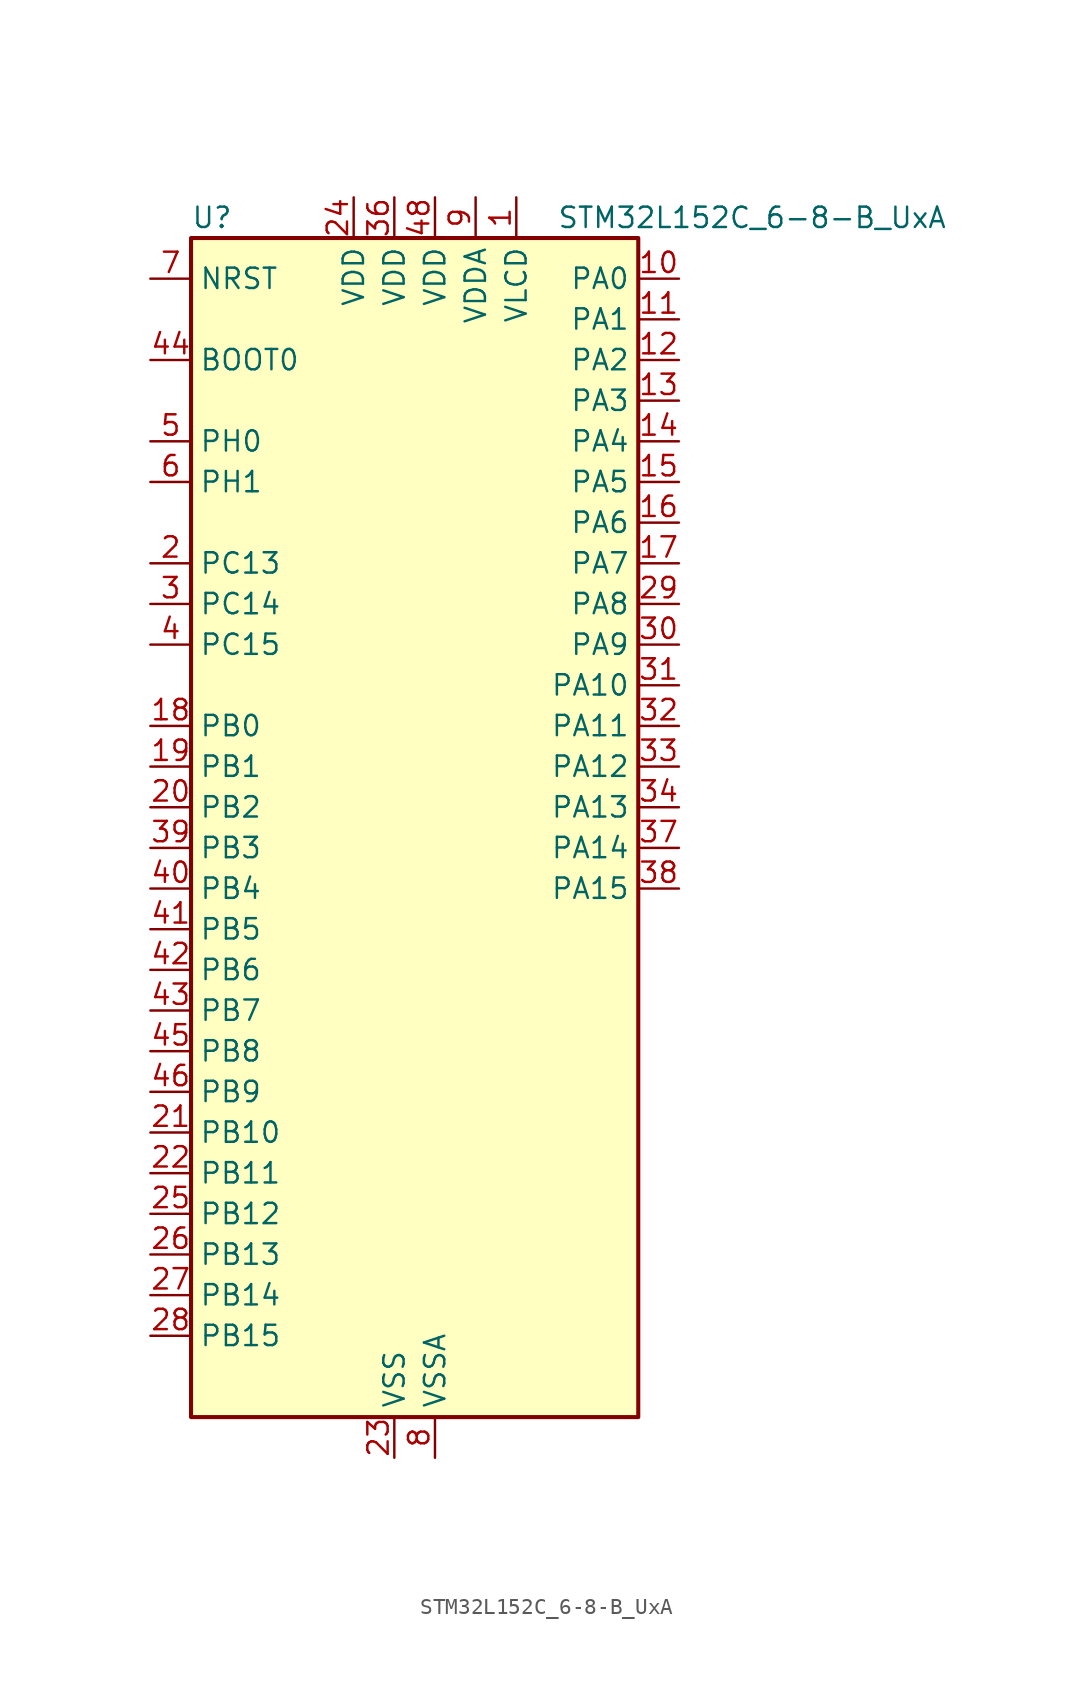
<source format=kicad_sym>
(kicad_symbol_lib
  (version 20231120)
  (generator "kicad-library-utils")
  (generator_version "8.0")
  (symbol "STM32L152C_6-8-B_UxA"
    (property "Reference" "U"
      (at -12.7 39.37 0)
      (effects (font (size 1.27 1.27)) (justify left)))
    (property "Value" "STM32L152C_6-8-B_UxA"
      (at 10.16 39.37 0)
      (effects (font (size 1.27 1.27)) (justify left)))
    (symbol "STM32L152C_6-8-B_UxA_0_1"
      (rectangle (start -12.7 -35.56) (end 15.24 38.1) (stroke (width 0.254) (type default)) (fill (type background))))
    (symbol "STM32L152C_6-8-B_UxA_1_1"
      (pin power_in line (at 7.62 40.64 270) (length 2.54) (name "VLCD" (effects (font (size 1.27 1.27)))) (number "1" (effects (font (size 1.27 1.27)))))
      (pin bidirectional line (at 17.78 35.56 180) (length 2.54) (name "PA0" (effects (font (size 1.27 1.27)))) (number "10" (effects (font (size 1.27 1.27)))) (alternate "ADC_IN0" bidirectional line) (alternate "COMP1_INP" bidirectional line) (alternate "RTC_TAMP2" bidirectional line) (alternate "SYS_WKUP1" bidirectional line) (alternate "TIM2_CH1" bidirectional line) (alternate "TIM2_ETR" bidirectional line) (alternate "TIMX_IC1" bidirectional line) (alternate "TS_G1_IO1" bidirectional line) (alternate "USART2_CTS" bidirectional line))
      (pin bidirectional line (at 17.78 33.02 180) (length 2.54) (name "PA1" (effects (font (size 1.27 1.27)))) (number "11" (effects (font (size 1.27 1.27)))) (alternate "ADC_IN1" bidirectional line) (alternate "COMP1_INP" bidirectional line) (alternate "LCD_SEG0" bidirectional line) (alternate "TIM2_CH2" bidirectional line) (alternate "TIMX_IC2" bidirectional line) (alternate "TS_G1_IO2" bidirectional line) (alternate "USART2_RTS" bidirectional line))
      (pin bidirectional line (at 17.78 30.48 180) (length 2.54) (name "PA2" (effects (font (size 1.27 1.27)))) (number "12" (effects (font (size 1.27 1.27)))) (alternate "ADC_IN2" bidirectional line) (alternate "COMP1_INP" bidirectional line) (alternate "LCD_SEG1" bidirectional line) (alternate "TIM2_CH3" bidirectional line) (alternate "TIM9_CH1" bidirectional line) (alternate "TIMX_IC3" bidirectional line) (alternate "TS_G1_IO3" bidirectional line) (alternate "USART2_TX" bidirectional line))
      (pin bidirectional line (at 17.78 27.94 180) (length 2.54) (name "PA3" (effects (font (size 1.27 1.27)))) (number "13" (effects (font (size 1.27 1.27)))) (alternate "ADC_IN3" bidirectional line) (alternate "COMP1_INP" bidirectional line) (alternate "LCD_SEG2" bidirectional line) (alternate "TIM2_CH4" bidirectional line) (alternate "TIM9_CH2" bidirectional line) (alternate "TIMX_IC4" bidirectional line) (alternate "TS_G1_IO4" bidirectional line) (alternate "USART2_RX" bidirectional line))
      (pin bidirectional line (at 17.78 25.4 180) (length 2.54) (name "PA4" (effects (font (size 1.27 1.27)))) (number "14" (effects (font (size 1.27 1.27)))) (alternate "ADC_IN4" bidirectional line) (alternate "COMP1_INP" bidirectional line) (alternate "DAC_OUT1" bidirectional line) (alternate "SPI1_NSS" bidirectional line) (alternate "TIMX_IC1" bidirectional line) (alternate "USART2_CK" bidirectional line))
      (pin bidirectional line (at 17.78 22.86 180) (length 2.54) (name "PA5" (effects (font (size 1.27 1.27)))) (number "15" (effects (font (size 1.27 1.27)))) (alternate "ADC_IN5" bidirectional line) (alternate "COMP1_INP" bidirectional line) (alternate "DAC_OUT2" bidirectional line) (alternate "SPI1_SCK" bidirectional line) (alternate "TIM2_CH1" bidirectional line) (alternate "TIM2_ETR" bidirectional line) (alternate "TIMX_IC2" bidirectional line))
      (pin bidirectional line (at 17.78 20.32 180) (length 2.54) (name "PA6" (effects (font (size 1.27 1.27)))) (number "16" (effects (font (size 1.27 1.27)))) (alternate "ADC_IN6" bidirectional line) (alternate "COMP1_INP" bidirectional line) (alternate "LCD_SEG3" bidirectional line) (alternate "SPI1_MISO" bidirectional line) (alternate "TIM10_CH1" bidirectional line) (alternate "TIM3_CH1" bidirectional line) (alternate "TIMX_IC3" bidirectional line) (alternate "TS_G2_IO1" bidirectional line))
      (pin bidirectional line (at 17.78 17.78 180) (length 2.54) (name "PA7" (effects (font (size 1.27 1.27)))) (number "17" (effects (font (size 1.27 1.27)))) (alternate "ADC_IN7" bidirectional line) (alternate "COMP1_INP" bidirectional line) (alternate "LCD_SEG4" bidirectional line) (alternate "SPI1_MOSI" bidirectional line) (alternate "TIM11_CH1" bidirectional line) (alternate "TIM3_CH2" bidirectional line) (alternate "TIMX_IC4" bidirectional line) (alternate "TS_G2_IO2" bidirectional line))
      (pin bidirectional line (at -15.24 7.62 0) (length 2.54) (name "PB0" (effects (font (size 1.27 1.27)))) (number "18" (effects (font (size 1.27 1.27)))) (alternate "ADC_IN8" bidirectional line) (alternate "COMP1_INP" bidirectional line) (alternate "LCD_SEG5" bidirectional line) (alternate "SYS_V_REF_OUT" bidirectional line) (alternate "TIM3_CH3" bidirectional line) (alternate "TS_G3_IO1" bidirectional line))
      (pin bidirectional line (at -15.24 5.08 0) (length 2.54) (name "PB1" (effects (font (size 1.27 1.27)))) (number "19" (effects (font (size 1.27 1.27)))) (alternate "ADC_IN9" bidirectional line) (alternate "COMP1_INP" bidirectional line) (alternate "LCD_SEG6" bidirectional line) (alternate "SYS_V_REF_OUT" bidirectional line) (alternate "TIM3_CH4" bidirectional line) (alternate "TS_G3_IO2" bidirectional line))
      (pin bidirectional line (at -15.24 17.78 0) (length 2.54) (name "PC13" (effects (font (size 1.27 1.27)))) (number "2" (effects (font (size 1.27 1.27)))) (alternate "RTC_OUT_ALARM" bidirectional line) (alternate "RTC_OUT_CALIB" bidirectional line) (alternate "RTC_TAMP1" bidirectional line) (alternate "RTC_TS" bidirectional line) (alternate "SYS_WKUP2" bidirectional line) (alternate "TIMX_IC2" bidirectional line))
      (pin bidirectional line (at -15.24 2.54 0) (length 2.54) (name "PB2" (effects (font (size 1.27 1.27)))) (number "20" (effects (font (size 1.27 1.27)))) (alternate "TS_G3_IO3" bidirectional line))
      (pin bidirectional line (at -15.24 -17.78 0) (length 2.54) (name "PB10" (effects (font (size 1.27 1.27)))) (number "21" (effects (font (size 1.27 1.27)))) (alternate "I2C2_SCL" bidirectional line) (alternate "LCD_SEG10" bidirectional line) (alternate "TIM2_CH3" bidirectional line) (alternate "USART3_TX" bidirectional line))
      (pin bidirectional line (at -15.24 -20.32 0) (length 2.54) (name "PB11" (effects (font (size 1.27 1.27)))) (number "22" (effects (font (size 1.27 1.27)))) (alternate "ADC_EXTI11" bidirectional line) (alternate "I2C2_SDA" bidirectional line) (alternate "LCD_SEG11" bidirectional line) (alternate "TIM2_CH4" bidirectional line) (alternate "USART3_RX" bidirectional line))
      (pin power_in line (at 0 -38.1 90) (length 2.54) (name "VSS" (effects (font (size 1.27 1.27)))) (number "23" (effects (font (size 1.27 1.27)))))
      (pin power_in line (at -2.54 40.64 270) (length 2.54) (name "VDD" (effects (font (size 1.27 1.27)))) (number "24" (effects (font (size 1.27 1.27)))))
      (pin bidirectional line (at -15.24 -22.86 0) (length 2.54) (name "PB12" (effects (font (size 1.27 1.27)))) (number "25" (effects (font (size 1.27 1.27)))) (alternate "ADC_IN18" bidirectional line) (alternate "COMP1_INP" bidirectional line) (alternate "I2C2_SMBA" bidirectional line) (alternate "LCD_SEG12" bidirectional line) (alternate "SPI2_NSS" bidirectional line) (alternate "TIM10_CH1" bidirectional line) (alternate "TS_G7_IO1" bidirectional line) (alternate "USART3_CK" bidirectional line))
      (pin bidirectional line (at -15.24 -25.4 0) (length 2.54) (name "PB13" (effects (font (size 1.27 1.27)))) (number "26" (effects (font (size 1.27 1.27)))) (alternate "ADC_IN19" bidirectional line) (alternate "COMP1_INP" bidirectional line) (alternate "LCD_SEG13" bidirectional line) (alternate "SPI2_SCK" bidirectional line) (alternate "TIM9_CH1" bidirectional line) (alternate "TS_G7_IO2" bidirectional line) (alternate "USART3_CTS" bidirectional line))
      (pin bidirectional line (at -15.24 -27.94 0) (length 2.54) (name "PB14" (effects (font (size 1.27 1.27)))) (number "27" (effects (font (size 1.27 1.27)))) (alternate "ADC_IN20" bidirectional line) (alternate "COMP1_INP" bidirectional line) (alternate "LCD_SEG14" bidirectional line) (alternate "SPI2_MISO" bidirectional line) (alternate "TIM9_CH2" bidirectional line) (alternate "TS_G7_IO3" bidirectional line) (alternate "USART3_RTS" bidirectional line))
      (pin bidirectional line (at -15.24 -30.48 0) (length 2.54) (name "PB15" (effects (font (size 1.27 1.27)))) (number "28" (effects (font (size 1.27 1.27)))) (alternate "ADC_EXTI15" bidirectional line) (alternate "ADC_IN21" bidirectional line) (alternate "COMP1_INP" bidirectional line) (alternate "LCD_SEG15" bidirectional line) (alternate "RTC_REFIN" bidirectional line) (alternate "SPI2_MOSI" bidirectional line) (alternate "TIM11_CH1" bidirectional line) (alternate "TS_G7_IO4" bidirectional line))
      (pin bidirectional line (at 17.78 15.24 180) (length 2.54) (name "PA8" (effects (font (size 1.27 1.27)))) (number "29" (effects (font (size 1.27 1.27)))) (alternate "LCD_COM0" bidirectional line) (alternate "RCC_MCO" bidirectional line) (alternate "TIMX_IC1" bidirectional line) (alternate "TS_G4_IO1" bidirectional line) (alternate "USART1_CK" bidirectional line))
      (pin bidirectional line (at -15.24 15.24 0) (length 2.54) (name "PC14" (effects (font (size 1.27 1.27)))) (number "3" (effects (font (size 1.27 1.27)))) (alternate "RCC_OSC32_IN" bidirectional line) (alternate "TIMX_IC3" bidirectional line))
      (pin bidirectional line (at 17.78 12.7 180) (length 2.54) (name "PA9" (effects (font (size 1.27 1.27)))) (number "30" (effects (font (size 1.27 1.27)))) (alternate "DAC_EXTI9" bidirectional line) (alternate "LCD_COM1" bidirectional line) (alternate "TIMX_IC2" bidirectional line) (alternate "TS_G4_IO2" bidirectional line) (alternate "USART1_TX" bidirectional line))
      (pin bidirectional line (at 17.78 10.16 180) (length 2.54) (name "PA10" (effects (font (size 1.27 1.27)))) (number "31" (effects (font (size 1.27 1.27)))) (alternate "LCD_COM2" bidirectional line) (alternate "TIMX_IC3" bidirectional line) (alternate "TS_G4_IO3" bidirectional line) (alternate "USART1_RX" bidirectional line))
      (pin bidirectional line (at 17.78 7.62 180) (length 2.54) (name "PA11" (effects (font (size 1.27 1.27)))) (number "32" (effects (font (size 1.27 1.27)))) (alternate "ADC_EXTI11" bidirectional line) (alternate "SPI1_MISO" bidirectional line) (alternate "TIMX_IC4" bidirectional line) (alternate "USART1_CTS" bidirectional line) (alternate "USB_DM" bidirectional line))
      (pin bidirectional line (at 17.78 5.08 180) (length 2.54) (name "PA12" (effects (font (size 1.27 1.27)))) (number "33" (effects (font (size 1.27 1.27)))) (alternate "SPI1_MOSI" bidirectional line) (alternate "TIMX_IC1" bidirectional line) (alternate "USART1_RTS" bidirectional line) (alternate "USB_DP" bidirectional line))
      (pin bidirectional line (at 17.78 2.54 180) (length 2.54) (name "PA13" (effects (font (size 1.27 1.27)))) (number "34" (effects (font (size 1.27 1.27)))) (alternate "SYS_JTMS-SWDIO" bidirectional line) (alternate "TIMX_IC2" bidirectional line) (alternate "TS_G5_IO1" bidirectional line))
      (pin passive line (at 0 -38.1 90) (length 2.54) hide (name "VSS" (effects (font (size 1.27 1.27)))) (number "35" (effects (font (size 1.27 1.27)))))
      (pin power_in line (at 0 40.64 270) (length 2.54) (name "VDD" (effects (font (size 1.27 1.27)))) (number "36" (effects (font (size 1.27 1.27)))))
      (pin bidirectional line (at 17.78 0 180) (length 2.54) (name "PA14" (effects (font (size 1.27 1.27)))) (number "37" (effects (font (size 1.27 1.27)))) (alternate "SYS_JTCK-SWCLK" bidirectional line) (alternate "TIMX_IC3" bidirectional line) (alternate "TS_G5_IO2" bidirectional line))
      (pin bidirectional line (at 17.78 -2.54 180) (length 2.54) (name "PA15" (effects (font (size 1.27 1.27)))) (number "38" (effects (font (size 1.27 1.27)))) (alternate "ADC_EXTI15" bidirectional line) (alternate "LCD_SEG17" bidirectional line) (alternate "SPI1_NSS" bidirectional line) (alternate "SYS_JTDI" bidirectional line) (alternate "TIM2_CH1" bidirectional line) (alternate "TIM2_ETR" bidirectional line) (alternate "TIMX_IC4" bidirectional line) (alternate "TS_G5_IO3" bidirectional line))
      (pin bidirectional line (at -15.24 0 0) (length 2.54) (name "PB3" (effects (font (size 1.27 1.27)))) (number "39" (effects (font (size 1.27 1.27)))) (alternate "COMP2_INM" bidirectional line) (alternate "LCD_SEG7" bidirectional line) (alternate "SPI1_SCK" bidirectional line) (alternate "SYS_JTDO-TRACESWO" bidirectional line) (alternate "TIM2_CH2" bidirectional line))
      (pin bidirectional line (at -15.24 12.7 0) (length 2.54) (name "PC15" (effects (font (size 1.27 1.27)))) (number "4" (effects (font (size 1.27 1.27)))) (alternate "ADC_EXTI15" bidirectional line) (alternate "RCC_OSC32_OUT" bidirectional line) (alternate "TIMX_IC4" bidirectional line))
      (pin bidirectional line (at -15.24 -2.54 0) (length 2.54) (name "PB4" (effects (font (size 1.27 1.27)))) (number "40" (effects (font (size 1.27 1.27)))) (alternate "COMP2_INP" bidirectional line) (alternate "LCD_SEG8" bidirectional line) (alternate "SPI1_MISO" bidirectional line) (alternate "SYS_JTRST" bidirectional line) (alternate "TIM3_CH1" bidirectional line) (alternate "TS_G6_IO1" bidirectional line))
      (pin bidirectional line (at -15.24 -5.08 0) (length 2.54) (name "PB5" (effects (font (size 1.27 1.27)))) (number "41" (effects (font (size 1.27 1.27)))) (alternate "COMP2_INP" bidirectional line) (alternate "I2C1_SMBA" bidirectional line) (alternate "LCD_SEG9" bidirectional line) (alternate "SPI1_MOSI" bidirectional line) (alternate "TIM3_CH2" bidirectional line) (alternate "TS_G6_IO2" bidirectional line))
      (pin bidirectional line (at -15.24 -7.62 0) (length 2.54) (name "PB6" (effects (font (size 1.27 1.27)))) (number "42" (effects (font (size 1.27 1.27)))) (alternate "I2C1_SCL" bidirectional line) (alternate "TIM4_CH1" bidirectional line) (alternate "TS_G6_IO3" bidirectional line) (alternate "USART1_TX" bidirectional line))
      (pin bidirectional line (at -15.24 -10.16 0) (length 2.54) (name "PB7" (effects (font (size 1.27 1.27)))) (number "43" (effects (font (size 1.27 1.27)))) (alternate "I2C1_SDA" bidirectional line) (alternate "SYS_PVD_IN" bidirectional line) (alternate "TIM4_CH2" bidirectional line) (alternate "TS_G6_IO4" bidirectional line) (alternate "USART1_RX" bidirectional line))
      (pin input line (at -15.24 30.48 0) (length 2.54) (name "BOOT0" (effects (font (size 1.27 1.27)))) (number "44" (effects (font (size 1.27 1.27)))))
      (pin bidirectional line (at -15.24 -12.7 0) (length 2.54) (name "PB8" (effects (font (size 1.27 1.27)))) (number "45" (effects (font (size 1.27 1.27)))) (alternate "I2C1_SCL" bidirectional line) (alternate "LCD_SEG16" bidirectional line) (alternate "TIM10_CH1" bidirectional line) (alternate "TIM4_CH3" bidirectional line))
      (pin bidirectional line (at -15.24 -15.24 0) (length 2.54) (name "PB9" (effects (font (size 1.27 1.27)))) (number "46" (effects (font (size 1.27 1.27)))) (alternate "DAC_EXTI9" bidirectional line) (alternate "I2C1_SDA" bidirectional line) (alternate "LCD_COM3" bidirectional line) (alternate "TIM11_CH1" bidirectional line) (alternate "TIM4_CH4" bidirectional line))
      (pin passive line (at 0 -38.1 90) (length 2.54) hide (name "VSS" (effects (font (size 1.27 1.27)))) (number "47" (effects (font (size 1.27 1.27)))))
      (pin power_in line (at 2.54 40.64 270) (length 2.54) (name "VDD" (effects (font (size 1.27 1.27)))) (number "48" (effects (font (size 1.27 1.27)))))
      (pin passive line (at 0 -38.1 90) (length 2.54) hide (name "VSS" (effects (font (size 1.27 1.27)))) (number "49" (effects (font (size 1.27 1.27)))))
      (pin bidirectional line (at -15.24 25.4 0) (length 2.54) (name "PH0" (effects (font (size 1.27 1.27)))) (number "5" (effects (font (size 1.27 1.27)))) (alternate "RCC_OSC_IN" bidirectional line))
      (pin bidirectional line (at -15.24 22.86 0) (length 2.54) (name "PH1" (effects (font (size 1.27 1.27)))) (number "6" (effects (font (size 1.27 1.27)))) (alternate "RCC_OSC_OUT" bidirectional line))
      (pin input line (at -15.24 35.56 0) (length 2.54) (name "NRST" (effects (font (size 1.27 1.27)))) (number "7" (effects (font (size 1.27 1.27)))))
      (pin power_in line (at 2.54 -38.1 90) (length 2.54) (name "VSSA" (effects (font (size 1.27 1.27)))) (number "8" (effects (font (size 1.27 1.27)))))
      (pin power_in line (at 5.08 40.64 270) (length 2.54) (name "VDDA" (effects (font (size 1.27 1.27)))) (number "9" (effects (font (size 1.27 1.27))))))))
</source>
